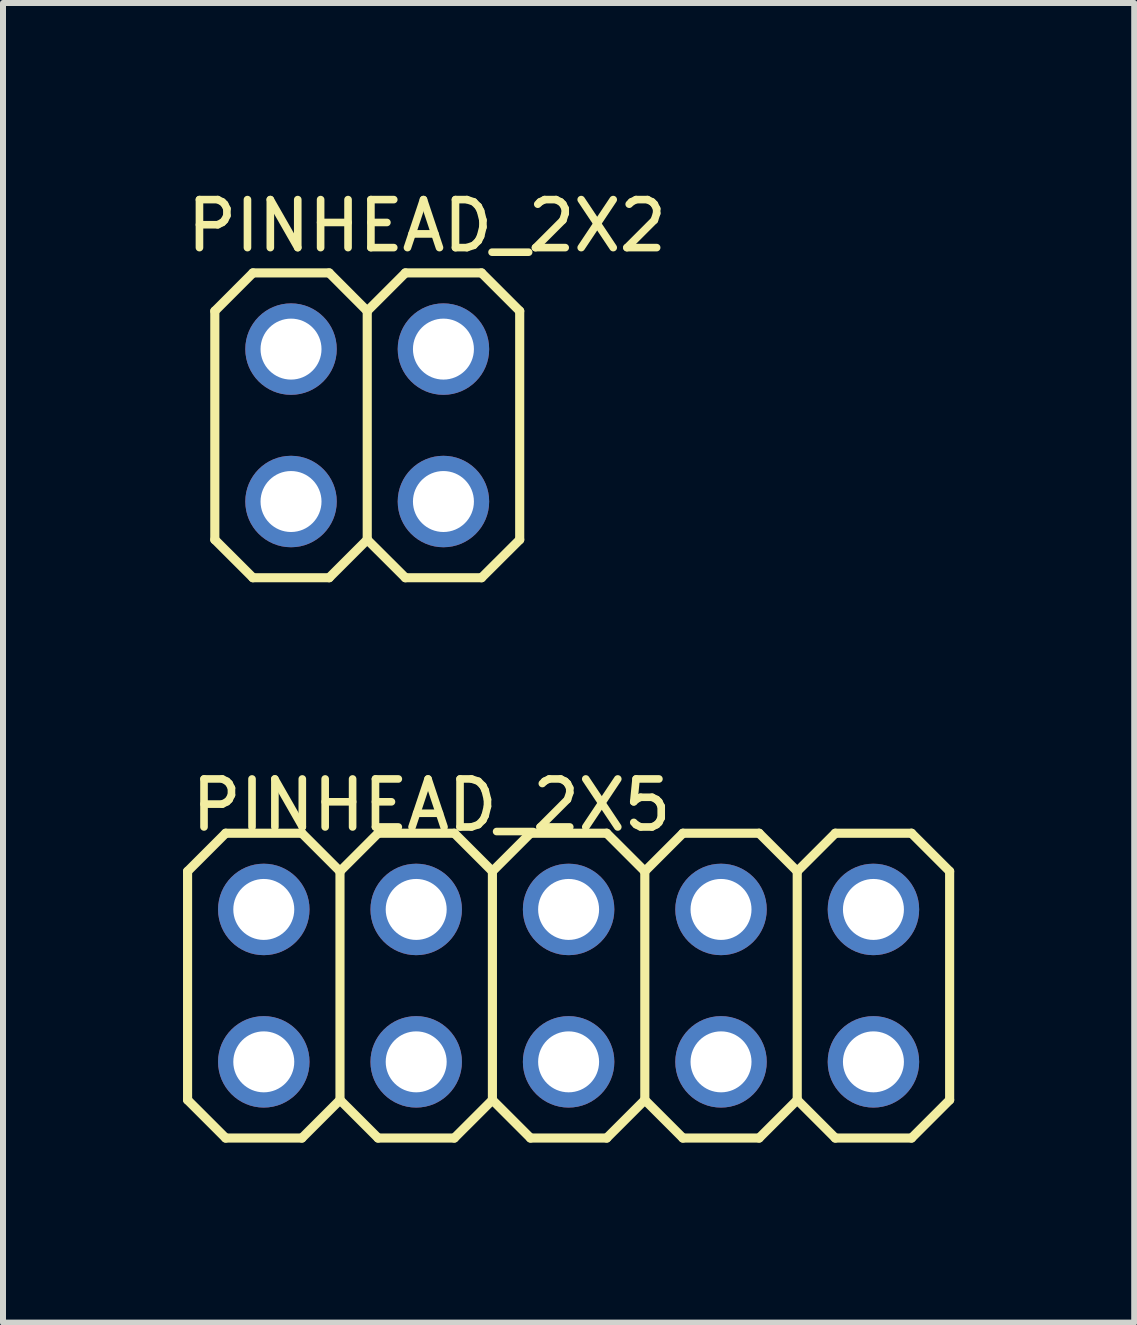
<source format=kicad_pcb>
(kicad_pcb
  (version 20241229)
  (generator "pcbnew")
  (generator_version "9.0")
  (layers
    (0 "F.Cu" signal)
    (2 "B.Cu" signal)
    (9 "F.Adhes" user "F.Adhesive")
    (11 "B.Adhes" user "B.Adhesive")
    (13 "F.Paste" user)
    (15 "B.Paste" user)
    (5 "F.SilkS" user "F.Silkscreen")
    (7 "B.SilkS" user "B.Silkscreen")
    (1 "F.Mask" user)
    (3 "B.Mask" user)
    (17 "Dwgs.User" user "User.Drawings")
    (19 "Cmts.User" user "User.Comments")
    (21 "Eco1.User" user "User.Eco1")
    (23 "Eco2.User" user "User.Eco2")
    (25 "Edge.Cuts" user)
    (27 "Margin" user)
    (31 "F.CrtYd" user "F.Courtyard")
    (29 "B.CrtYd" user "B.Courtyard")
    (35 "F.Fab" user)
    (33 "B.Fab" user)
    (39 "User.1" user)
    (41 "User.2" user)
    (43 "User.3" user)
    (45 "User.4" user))
  (footprint "PINHEAD_2X5"
    (layer "F.Cu")
    (at 7.696 13.376)
    (property "Reference" "PINHEAD_2X5" (at -7.62 -2.54 0) (layer "F.SilkS") (effects (font (size 0.8 0.8) (thickness 0.127)) (justify left bottom)))
    (attr through_hole)
    (fp_line (start -7.62 -1.905) (end -6.985 -2.54) (stroke (width 0.152) (type solid)) (layer "F.SilkS"))
    (fp_line (start -7.62 1.905) (end -7.62 -1.905) (stroke (width 0.152) (type solid)) (layer "F.SilkS"))
    (fp_line (start -7.62 1.905) (end -6.985 2.54) (stroke (width 0.152) (type solid)) (layer "F.SilkS"))
    (fp_line (start -6.985 -2.54) (end -5.715 -2.54) (stroke (width 0.152) (type solid)) (layer "F.SilkS"))
    (fp_line (start -6.985 2.54) (end -5.715 2.54) (stroke (width 0.152) (type solid)) (layer "F.SilkS"))
    (fp_line (start -5.715 -2.54) (end -5.08 -1.905) (stroke (width 0.152) (type solid)) (layer "F.SilkS"))
    (fp_line (start -5.715 2.54) (end -5.08 1.905) (stroke (width 0.152) (type solid)) (layer "F.SilkS"))
    (fp_line (start -5.08 -1.905) (end -5.08 1.905) (stroke (width 0.152) (type solid)) (layer "F.SilkS"))
    (fp_line (start -5.08 -1.905) (end -4.445 -2.54) (stroke (width 0.152) (type solid)) (layer "F.SilkS"))
    (fp_line (start -5.08 1.905) (end -4.445 2.54) (stroke (width 0.152) (type solid)) (layer "F.SilkS"))
    (fp_line (start -4.445 -2.54) (end -3.175 -2.54) (stroke (width 0.152) (type solid)) (layer "F.SilkS"))
    (fp_line (start -4.445 2.54) (end -3.175 2.54) (stroke (width 0.152) (type solid)) (layer "F.SilkS"))
    (fp_line (start -3.175 -2.54) (end -2.54 -1.905) (stroke (width 0.152) (type solid)) (layer "F.SilkS"))
    (fp_line (start -3.175 2.54) (end -2.54 1.905) (stroke (width 0.152) (type solid)) (layer "F.SilkS"))
    (fp_line (start -2.54 -1.905) (end -2.54 1.905) (stroke (width 0.152) (type solid)) (layer "F.SilkS"))
    (fp_line (start -2.54 -1.905) (end -1.905 -2.54) (stroke (width 0.152) (type solid)) (layer "F.SilkS"))
    (fp_line (start -2.54 1.905) (end -1.905 2.54) (stroke (width 0.152) (type solid)) (layer "F.SilkS"))
    (fp_line (start -1.905 -2.54) (end -0.635 -2.54) (stroke (width 0.152) (type solid)) (layer "F.SilkS"))
    (fp_line (start -1.905 2.54) (end -0.635 2.54) (stroke (width 0.152) (type solid)) (layer "F.SilkS"))
    (fp_line (start -0.635 -2.54) (end 0 -1.905) (stroke (width 0.152) (type solid)) (layer "F.SilkS"))
    (fp_line (start -0.635 2.54) (end 0 1.905) (stroke (width 0.152) (type solid)) (layer "F.SilkS"))
    (fp_line (start 0 -1.905) (end 0 1.905) (stroke (width 0.152) (type solid)) (layer "F.SilkS"))
    (fp_line (start 0 -1.905) (end 0.635 -2.54) (stroke (width 0.152) (type solid)) (layer "F.SilkS"))
    (fp_line (start 0 1.905) (end 0.635 2.54) (stroke (width 0.152) (type solid)) (layer "F.SilkS"))
    (fp_line (start 0.635 -2.54) (end 1.905 -2.54) (stroke (width 0.152) (type solid)) (layer "F.SilkS"))
    (fp_line (start 0.635 2.54) (end 1.905 2.54) (stroke (width 0.152) (type solid)) (layer "F.SilkS"))
    (fp_line (start 1.905 -2.54) (end 2.54 -1.905) (stroke (width 0.152) (type solid)) (layer "F.SilkS"))
    (fp_line (start 1.905 2.54) (end 2.54 1.905) (stroke (width 0.152) (type solid)) (layer "F.SilkS"))
    (fp_line (start 2.54 -1.905) (end 2.54 1.905) (stroke (width 0.152) (type solid)) (layer "F.SilkS"))
    (fp_line (start 2.54 -1.905) (end 3.175 -2.54) (stroke (width 0.152) (type solid)) (layer "F.SilkS"))
    (fp_line (start 2.54 1.905) (end 3.175 2.54) (stroke (width 0.152) (type solid)) (layer "F.SilkS"))
    (fp_line (start 3.175 -2.54) (end 4.445 -2.54) (stroke (width 0.152) (type solid)) (layer "F.SilkS"))
    (fp_line (start 3.175 2.54) (end 4.445 2.54) (stroke (width 0.152) (type solid)) (layer "F.SilkS"))
    (fp_line (start 4.445 -2.54) (end 5.08 -1.905) (stroke (width 0.152) (type solid)) (layer "F.SilkS"))
    (fp_line (start 4.445 2.54) (end 5.08 1.905) (stroke (width 0.152) (type solid)) (layer "F.SilkS"))
    (fp_line (start 5.08 -1.905) (end 5.08 1.905) (stroke (width 0.152) (type solid)) (layer "F.SilkS"))
    (fp_poly (pts (xy -6.604 -1.016) (xy -6.096 -1.016) (xy -6.096 -1.524) (xy -6.604 -1.524)) (stroke (width 0.1) (type solid)) (fill no) (layer "Dwgs.User"))
    (fp_poly (pts (xy -6.604 1.524) (xy -6.096 1.524) (xy -6.096 1.016) (xy -6.604 1.016)) (stroke (width 0.1) (type solid)) (fill no) (layer "Dwgs.User"))
    (fp_poly (pts (xy -4.064 -1.016) (xy -3.556 -1.016) (xy -3.556 -1.524) (xy -4.064 -1.524)) (stroke (width 0.1) (type solid)) (fill no) (layer "Dwgs.User"))
    (fp_poly (pts (xy -4.064 1.524) (xy -3.556 1.524) (xy -3.556 1.016) (xy -4.064 1.016)) (stroke (width 0.1) (type solid)) (fill no) (layer "Dwgs.User"))
    (fp_poly (pts (xy -1.524 -1.016) (xy -1.016 -1.016) (xy -1.016 -1.524) (xy -1.524 -1.524)) (stroke (width 0.1) (type solid)) (fill no) (layer "Dwgs.User"))
    (fp_poly (pts (xy -1.524 1.524) (xy -1.016 1.524) (xy -1.016 1.016) (xy -1.524 1.016)) (stroke (width 0.1) (type solid)) (fill no) (layer "Dwgs.User"))
    (fp_poly (pts (xy 1.016 -1.016) (xy 1.524 -1.016) (xy 1.524 -1.524) (xy 1.016 -1.524)) (stroke (width 0.1) (type solid)) (fill no) (layer "Dwgs.User"))
    (fp_poly (pts (xy 1.016 1.524) (xy 1.524 1.524) (xy 1.524 1.016) (xy 1.016 1.016)) (stroke (width 0.1) (type solid)) (fill no) (layer "Dwgs.User"))
    (fp_poly (pts (xy 3.556 -1.016) (xy 4.064 -1.016) (xy 4.064 -1.524) (xy 3.556 -1.524)) (stroke (width 0.1) (type solid)) (fill no) (layer "Dwgs.User"))
    (fp_poly (pts (xy 3.556 1.524) (xy 4.064 1.524) (xy 4.064 1.016) (xy 3.556 1.016)) (stroke (width 0.1) (type solid)) (fill no) (layer "Dwgs.User"))
    (pad "1" thru_hole circle (at -6.35 1.27) (size 1.524 1.524) (drill 1.016) (layers "*.Cu" "*.Mask"))
    (pad "2" thru_hole circle (at -6.35 -1.27) (size 1.524 1.524) (drill 1.016) (layers "*.Cu" "*.Mask"))
    (pad "3" thru_hole circle (at -3.81 1.27) (size 1.524 1.524) (drill 1.016) (layers "*.Cu" "*.Mask"))
    (pad "4" thru_hole circle (at -3.81 -1.27) (size 1.524 1.524) (drill 1.016) (layers "*.Cu" "*.Mask"))
    (pad "5" thru_hole circle (at -1.27 1.27) (size 1.524 1.524) (drill 1.016) (layers "*.Cu" "*.Mask"))
    (pad "6" thru_hole circle (at -1.27 -1.27) (size 1.524 1.524) (drill 1.016) (layers "*.Cu" "*.Mask"))
    (pad "7" thru_hole circle (at 1.27 1.27) (size 1.524 1.524) (drill 1.016) (layers "*.Cu" "*.Mask"))
    (pad "8" thru_hole circle (at 1.27 -1.27) (size 1.524 1.524) (drill 1.016) (layers "*.Cu" "*.Mask"))
    (pad "9" thru_hole circle (at 3.81 1.27) (size 1.524 1.524) (drill 1.016) (layers "*.Cu" "*.Mask"))
    (pad "10" thru_hole circle (at 3.81 -1.27) (size 1.524 1.524) (drill 1.016) (layers "*.Cu" "*.Mask")))
  (footprint "PINHEAD_2X2"
    (layer "F.Cu")
    (at 5.293 3.721)
    (property "Reference" "PINHEAD_2X2" (at -5.293 -2.54 0) (layer "F.SilkS") (effects (font (size 0.8 0.8) (thickness 0.127)) (justify left bottom)))
    (attr through_hole)
    (fp_line (start -4.763 -1.587) (end -4.128 -2.223) (stroke (width 0.152) (type solid)) (layer "F.SilkS"))
    (fp_line (start -4.763 2.223) (end -4.763 -1.587) (stroke (width 0.152) (type solid)) (layer "F.SilkS"))
    (fp_line (start -4.763 2.223) (end -4.128 2.857) (stroke (width 0.152) (type solid)) (layer "F.SilkS"))
    (fp_line (start -4.128 -2.223) (end -2.857 -2.223) (stroke (width 0.152) (type solid)) (layer "F.SilkS"))
    (fp_line (start -4.128 2.857) (end -2.857 2.857) (stroke (width 0.152) (type solid)) (layer "F.SilkS"))
    (fp_line (start -2.857 -2.223) (end -2.223 -1.587) (stroke (width 0.152) (type solid)) (layer "F.SilkS"))
    (fp_line (start -2.857 2.857) (end -2.223 2.223) (stroke (width 0.152) (type solid)) (layer "F.SilkS"))
    (fp_line (start -2.223 -1.587) (end -2.223 2.223) (stroke (width 0.152) (type solid)) (layer "F.SilkS"))
    (fp_line (start -2.223 -1.587) (end -1.587 -2.223) (stroke (width 0.152) (type solid)) (layer "F.SilkS"))
    (fp_line (start -2.223 2.223) (end -1.587 2.857) (stroke (width 0.152) (type solid)) (layer "F.SilkS"))
    (fp_line (start -1.587 -2.223) (end -0.318 -2.223) (stroke (width 0.152) (type solid)) (layer "F.SilkS"))
    (fp_line (start -1.587 2.857) (end -0.318 2.857) (stroke (width 0.152) (type solid)) (layer "F.SilkS"))
    (fp_line (start -0.318 -2.223) (end 0.318 -1.587) (stroke (width 0.152) (type solid)) (layer "F.SilkS"))
    (fp_line (start -0.318 2.857) (end 0.318 2.223) (stroke (width 0.152) (type solid)) (layer "F.SilkS"))
    (fp_line (start 0.318 -1.587) (end 0.318 2.223) (stroke (width 0.152) (type solid)) (layer "F.SilkS"))
    (fp_poly (pts (xy -3.747 -0.699) (xy -3.239 -0.699) (xy -3.239 -1.206) (xy -3.747 -1.206)) (stroke (width 0.1) (type solid)) (fill no) (layer "Dwgs.User"))
    (fp_poly (pts (xy -3.747 1.841) (xy -3.239 1.841) (xy -3.239 1.333) (xy -3.747 1.333)) (stroke (width 0.1) (type solid)) (fill no) (layer "Dwgs.User"))
    (fp_poly (pts (xy -1.206 -0.699) (xy -0.699 -0.699) (xy -0.699 -1.206) (xy -1.206 -1.206)) (stroke (width 0.1) (type solid)) (fill no) (layer "Dwgs.User"))
    (fp_poly (pts (xy -1.206 1.841) (xy -0.699 1.841) (xy -0.699 1.333) (xy -1.206 1.333)) (stroke (width 0.1) (type solid)) (fill no) (layer "Dwgs.User"))
    (pad "1" thru_hole circle (at -3.493 1.587) (size 1.524 1.524) (drill 1.016) (layers "*.Cu" "*.Mask"))
    (pad "2" thru_hole circle (at -3.493 -0.953) (size 1.524 1.524) (drill 1.016) (layers "*.Cu" "*.Mask"))
    (pad "3" thru_hole circle (at -0.953 1.587) (size 1.524 1.524) (drill 1.016) (layers "*.Cu" "*.Mask"))
    (pad "4" thru_hole circle (at -0.953 -0.953) (size 1.524 1.524) (drill 1.016) (layers "*.Cu" "*.Mask")))
  (gr_rect
    (start -3 -3)
    (end 15.852 18.992)
    (stroke (width 0.1) (type default))
    (fill no)
    (layer "Edge.Cuts")))
</source>
